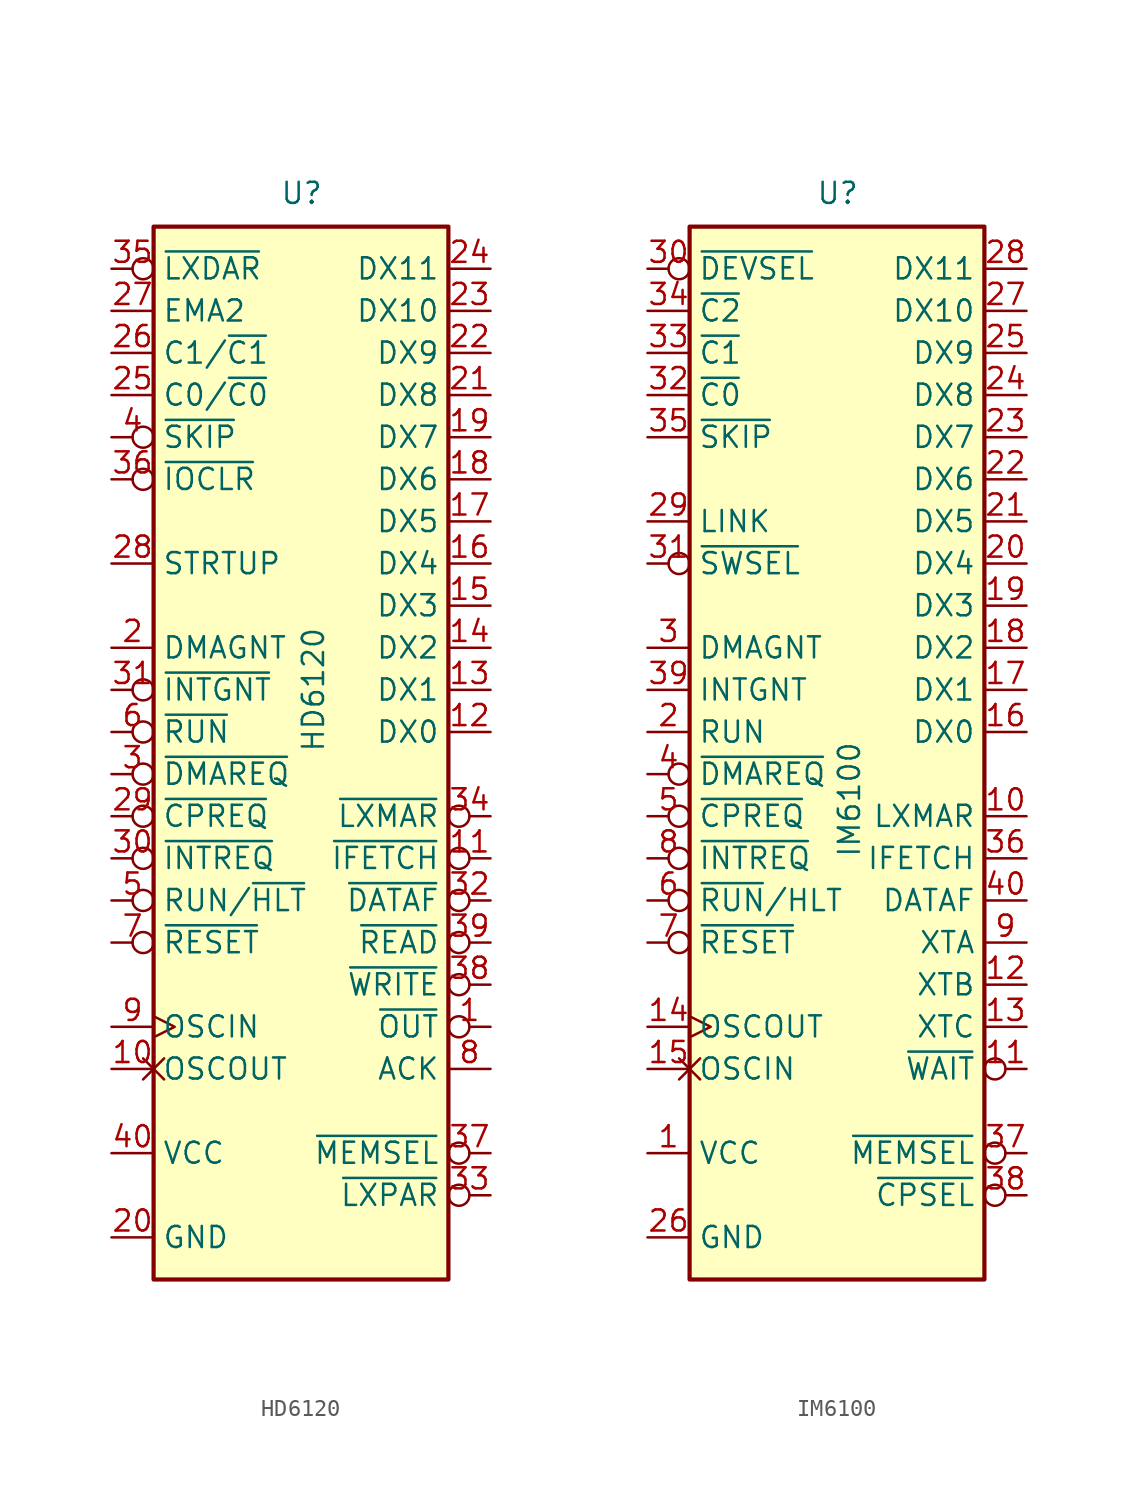
<source format=kicad_sym>
(kicad_symbol_lib
  (version 20220914)
  (generator kicad_symbol_editor)
  (symbol "HD6120"
    (property "Reference" "U"
      (at -1.27 31.75 0)
      (effects (font (size 1.27 1.27)) (justify left bottom)))
    (property "Value" "HD6120"
      (at 0 -1.27 90)
      (effects (font (size 1.27 1.27)) (justify left top)))
    (symbol "HD6120_0_1"
      (rectangle (start -8.89 -33.02) (end 8.89 30.48) (stroke (width 0.254) (type default)) (fill (type background))))
    (symbol "HD6120_1_1"
      (pin output inverted (at 11.43 -17.78 180) (length 2.54) (name "~{OUT}" (effects (font (size 1.27 1.27)))) (number "1" (effects (font (size 1.27 1.27)))))
      (pin output non_logic (at -11.43 -20.32 0) (length 2.54) (name "OSCOUT" (effects (font (size 1.27 1.27)))) (number "10" (effects (font (size 1.27 1.27)))))
      (pin output inverted (at 11.43 -7.62 180) (length 2.54) (name "~{IFETCH}" (effects (font (size 1.27 1.27)))) (number "11" (effects (font (size 1.27 1.27)))))
      (pin bidirectional line (at 11.43 0 180) (length 2.54) (name "DX0" (effects (font (size 1.27 1.27)))) (number "12" (effects (font (size 1.27 1.27)))))
      (pin bidirectional line (at 11.43 2.54 180) (length 2.54) (name "DX1" (effects (font (size 1.27 1.27)))) (number "13" (effects (font (size 1.27 1.27)))))
      (pin bidirectional line (at 11.43 5.08 180) (length 2.54) (name "DX2" (effects (font (size 1.27 1.27)))) (number "14" (effects (font (size 1.27 1.27)))))
      (pin bidirectional line (at 11.43 7.62 180) (length 2.54) (name "DX3" (effects (font (size 1.27 1.27)))) (number "15" (effects (font (size 1.27 1.27)))))
      (pin bidirectional line (at 11.43 10.16 180) (length 2.54) (name "DX4" (effects (font (size 1.27 1.27)))) (number "16" (effects (font (size 1.27 1.27)))))
      (pin bidirectional line (at 11.43 12.7 180) (length 2.54) (name "DX5" (effects (font (size 1.27 1.27)))) (number "17" (effects (font (size 1.27 1.27)))))
      (pin bidirectional line (at 11.43 15.24 180) (length 2.54) (name "DX6" (effects (font (size 1.27 1.27)))) (number "18" (effects (font (size 1.27 1.27)))))
      (pin bidirectional line (at 11.43 17.78 180) (length 2.54) (name "DX7" (effects (font (size 1.27 1.27)))) (number "19" (effects (font (size 1.27 1.27)))))
      (pin output line (at -11.43 5.08 0) (length 2.54) (name "DMAGNT" (effects (font (size 1.27 1.27)))) (number "2" (effects (font (size 1.27 1.27)))))
      (pin power_in line (at -11.43 -30.48 0) (length 2.54) (name "GND" (effects (font (size 1.27 1.27)))) (number "20" (effects (font (size 1.27 1.27)))))
      (pin bidirectional line (at 11.43 20.32 180) (length 2.54) (name "DX8" (effects (font (size 1.27 1.27)))) (number "21" (effects (font (size 1.27 1.27)))))
      (pin bidirectional line (at 11.43 22.86 180) (length 2.54) (name "DX9" (effects (font (size 1.27 1.27)))) (number "22" (effects (font (size 1.27 1.27)))))
      (pin bidirectional line (at 11.43 25.4 180) (length 2.54) (name "DX10" (effects (font (size 1.27 1.27)))) (number "23" (effects (font (size 1.27 1.27)))))
      (pin bidirectional line (at 11.43 27.94 180) (length 2.54) (name "DX11" (effects (font (size 1.27 1.27)))) (number "24" (effects (font (size 1.27 1.27)))))
      (pin bidirectional line (at -11.43 20.32 0) (length 2.54) (name "C0/~{C0}" (effects (font (size 1.27 1.27)))) (number "25" (effects (font (size 1.27 1.27)))))
      (pin bidirectional line (at -11.43 22.86 0) (length 2.54) (name "C1/~{C1}" (effects (font (size 1.27 1.27)))) (number "26" (effects (font (size 1.27 1.27)))))
      (pin output line (at -11.43 25.4 0) (length 2.54) (name "EMA2" (effects (font (size 1.27 1.27)))) (number "27" (effects (font (size 1.27 1.27)))))
      (pin input line (at -11.43 10.16 0) (length 2.54) (name "STRTUP" (effects (font (size 1.27 1.27)))) (number "28" (effects (font (size 1.27 1.27)))))
      (pin input inverted (at -11.43 -5.08 0) (length 2.54) (name "~{CPREQ}" (effects (font (size 1.27 1.27)))) (number "29" (effects (font (size 1.27 1.27)))))
      (pin input inverted (at -11.43 -2.54 0) (length 2.54) (name "~{DMAREQ}" (effects (font (size 1.27 1.27)))) (number "3" (effects (font (size 1.27 1.27)))))
      (pin input inverted (at -11.43 -7.62 0) (length 2.54) (name "~{INTREQ}" (effects (font (size 1.27 1.27)))) (number "30" (effects (font (size 1.27 1.27)))))
      (pin output inverted (at -11.43 2.54 0) (length 2.54) (name "~{INTGNT}" (effects (font (size 1.27 1.27)))) (number "31" (effects (font (size 1.27 1.27)))))
      (pin output inverted (at 11.43 -10.16 180) (length 2.54) (name "~{DATAF}" (effects (font (size 1.27 1.27)))) (number "32" (effects (font (size 1.27 1.27)))))
      (pin output inverted (at 11.43 -27.94 180) (length 2.54) (name "~{LXPAR}" (effects (font (size 1.27 1.27)))) (number "33" (effects (font (size 1.27 1.27)))))
      (pin output inverted (at 11.43 -5.08 180) (length 2.54) (name "~{LXMAR}" (effects (font (size 1.27 1.27)))) (number "34" (effects (font (size 1.27 1.27)))))
      (pin output inverted (at -11.43 27.94 0) (length 2.54) (name "~{LXDAR}" (effects (font (size 1.27 1.27)))) (number "35" (effects (font (size 1.27 1.27)))))
      (pin output inverted (at -11.43 15.24 0) (length 2.54) (name "~{IOCLR}" (effects (font (size 1.27 1.27)))) (number "36" (effects (font (size 1.27 1.27)))))
      (pin output inverted (at 11.43 -25.4 180) (length 2.54) (name "~{MEMSEL}" (effects (font (size 1.27 1.27)))) (number "37" (effects (font (size 1.27 1.27)))))
      (pin output inverted (at 11.43 -15.24 180) (length 2.54) (name "~{WRITE}" (effects (font (size 1.27 1.27)))) (number "38" (effects (font (size 1.27 1.27)))))
      (pin output inverted (at 11.43 -12.7 180) (length 2.54) (name "~{READ}" (effects (font (size 1.27 1.27)))) (number "39" (effects (font (size 1.27 1.27)))))
      (pin input inverted (at -11.43 17.78 0) (length 2.54) (name "~{SKIP}" (effects (font (size 1.27 1.27)))) (number "4" (effects (font (size 1.27 1.27)))))
      (pin power_in line (at -11.43 -25.4 0) (length 2.54) (name "VCC" (effects (font (size 1.27 1.27)))) (number "40" (effects (font (size 1.27 1.27)))))
      (pin input inverted (at -11.43 -10.16 0) (length 2.54) (name "RUN/~{HLT}" (effects (font (size 1.27 1.27)))) (number "5" (effects (font (size 1.27 1.27)))))
      (pin output inverted (at -11.43 0 0) (length 2.54) (name "~{RUN}" (effects (font (size 1.27 1.27)))) (number "6" (effects (font (size 1.27 1.27)))))
      (pin input inverted (at -11.43 -12.7 0) (length 2.54) (name "~{RESET}" (effects (font (size 1.27 1.27)))) (number "7" (effects (font (size 1.27 1.27)))))
      (pin input line (at 11.43 -20.32 180) (length 2.54) (name "ACK" (effects (font (size 1.27 1.27)))) (number "8" (effects (font (size 1.27 1.27)))))
      (pin input clock (at -11.43 -17.78 0) (length 2.54) (name "OSCIN" (effects (font (size 1.27 1.27)))) (number "9" (effects (font (size 1.27 1.27)))))))
  (symbol "IM6100"
    (property "Reference" "U"
      (at -1.27 31.75 0)
      (effects (font (size 1.27 1.27)) (justify left bottom)))
    (property "Value" "IM6100"
      (at 0 -7.62 90)
      (effects (font (size 1.27 1.27)) (justify left top)))
    (symbol "IM6100_0_1"
      (rectangle (start -8.89 30.48) (end 8.89 -33.02) (stroke (width 0.254) (type default)) (fill (type background))))
    (symbol "IM6100_1_1"
      (pin power_in line (at -11.43 -25.4 0) (length 2.54) (name "VCC" (effects (font (size 1.27 1.27)))) (number "1" (effects (font (size 1.27 1.27)))))
      (pin output line (at 11.43 -5.08 180) (length 2.54) (name "LXMAR" (effects (font (size 1.27 1.27)))) (number "10" (effects (font (size 1.27 1.27)))))
      (pin input inverted (at 11.43 -20.32 180) (length 2.54) (name "~{WAIT}" (effects (font (size 1.27 1.27)))) (number "11" (effects (font (size 1.27 1.27)))))
      (pin output line (at 11.43 -15.24 180) (length 2.54) (name "XTB" (effects (font (size 1.27 1.27)))) (number "12" (effects (font (size 1.27 1.27)))))
      (pin output line (at 11.43 -17.78 180) (length 2.54) (name "XTC" (effects (font (size 1.27 1.27)))) (number "13" (effects (font (size 1.27 1.27)))))
      (pin input clock (at -11.43 -17.78 0) (length 2.54) (name "OSCOUT" (effects (font (size 1.27 1.27)))) (number "14" (effects (font (size 1.27 1.27)))))
      (pin passive non_logic (at -11.43 -20.32 0) (length 2.54) (name "OSCIN" (effects (font (size 1.27 1.27)))) (number "15" (effects (font (size 1.27 1.27)))))
      (pin bidirectional line (at 11.43 0 180) (length 2.54) (name "DX0" (effects (font (size 1.27 1.27)))) (number "16" (effects (font (size 1.27 1.27)))))
      (pin bidirectional line (at 11.43 2.54 180) (length 2.54) (name "DX1" (effects (font (size 1.27 1.27)))) (number "17" (effects (font (size 1.27 1.27)))))
      (pin bidirectional line (at 11.43 5.08 180) (length 2.54) (name "DX2" (effects (font (size 1.27 1.27)))) (number "18" (effects (font (size 1.27 1.27)))))
      (pin bidirectional line (at 11.43 7.62 180) (length 2.54) (name "DX3" (effects (font (size 1.27 1.27)))) (number "19" (effects (font (size 1.27 1.27)))))
      (pin output line (at -11.43 0 0) (length 2.54) (name "RUN" (effects (font (size 1.27 1.27)))) (number "2" (effects (font (size 1.27 1.27)))))
      (pin bidirectional line (at 11.43 10.16 180) (length 2.54) (name "DX4" (effects (font (size 1.27 1.27)))) (number "20" (effects (font (size 1.27 1.27)))))
      (pin bidirectional line (at 11.43 12.7 180) (length 2.54) (name "DX5" (effects (font (size 1.27 1.27)))) (number "21" (effects (font (size 1.27 1.27)))))
      (pin bidirectional line (at 11.43 15.24 180) (length 2.54) (name "DX6" (effects (font (size 1.27 1.27)))) (number "22" (effects (font (size 1.27 1.27)))))
      (pin bidirectional line (at 11.43 17.78 180) (length 2.54) (name "DX7" (effects (font (size 1.27 1.27)))) (number "23" (effects (font (size 1.27 1.27)))))
      (pin bidirectional line (at 11.43 20.32 180) (length 2.54) (name "DX8" (effects (font (size 1.27 1.27)))) (number "24" (effects (font (size 1.27 1.27)))))
      (pin bidirectional line (at 11.43 22.86 180) (length 2.54) (name "DX9" (effects (font (size 1.27 1.27)))) (number "25" (effects (font (size 1.27 1.27)))))
      (pin power_in line (at -11.43 -30.48 0) (length 2.54) (name "GND" (effects (font (size 1.27 1.27)))) (number "26" (effects (font (size 1.27 1.27)))))
      (pin bidirectional line (at 11.43 25.4 180) (length 2.54) (name "DX10" (effects (font (size 1.27 1.27)))) (number "27" (effects (font (size 1.27 1.27)))))
      (pin bidirectional line (at 11.43 27.94 180) (length 2.54) (name "DX11" (effects (font (size 1.27 1.27)))) (number "28" (effects (font (size 1.27 1.27)))))
      (pin output line (at -11.43 12.7 0) (length 2.54) (name "LINK" (effects (font (size 1.27 1.27)))) (number "29" (effects (font (size 1.27 1.27)))))
      (pin output line (at -11.43 5.08 0) (length 2.54) (name "DMAGNT" (effects (font (size 1.27 1.27)))) (number "3" (effects (font (size 1.27 1.27)))))
      (pin output inverted (at -11.43 27.94 0) (length 2.54) (name "~{DEVSEL}" (effects (font (size 1.27 1.27)))) (number "30" (effects (font (size 1.27 1.27)))))
      (pin input inverted (at -11.43 10.16 0) (length 2.54) (name "~{SWSEL}" (effects (font (size 1.27 1.27)))) (number "31" (effects (font (size 1.27 1.27)))))
      (pin bidirectional line (at -11.43 20.32 0) (length 2.54) (name "~{C0}" (effects (font (size 1.27 1.27)))) (number "32" (effects (font (size 1.27 1.27)))))
      (pin bidirectional line (at -11.43 22.86 0) (length 2.54) (name "~{C1}" (effects (font (size 1.27 1.27)))) (number "33" (effects (font (size 1.27 1.27)))))
      (pin bidirectional line (at -11.43 25.4 0) (length 2.54) (name "~{C2}" (effects (font (size 1.27 1.27)))) (number "34" (effects (font (size 1.27 1.27)))))
      (pin bidirectional line (at -11.43 17.78 0) (length 2.54) (name "~{SKIP}" (effects (font (size 1.27 1.27)))) (number "35" (effects (font (size 1.27 1.27)))))
      (pin output line (at 11.43 -7.62 180) (length 2.54) (name "IFETCH" (effects (font (size 1.27 1.27)))) (number "36" (effects (font (size 1.27 1.27)))))
      (pin output inverted (at 11.43 -25.4 180) (length 2.54) (name "~{MEMSEL}" (effects (font (size 1.27 1.27)))) (number "37" (effects (font (size 1.27 1.27)))))
      (pin output inverted (at 11.43 -27.94 180) (length 2.54) (name "~{CPSEL}" (effects (font (size 1.27 1.27)))) (number "38" (effects (font (size 1.27 1.27)))))
      (pin output line (at -11.43 2.54 0) (length 2.54) (name "INTGNT" (effects (font (size 1.27 1.27)))) (number "39" (effects (font (size 1.27 1.27)))))
      (pin input inverted (at -11.43 -2.54 0) (length 2.54) (name "~{DMAREQ}" (effects (font (size 1.27 1.27)))) (number "4" (effects (font (size 1.27 1.27)))))
      (pin output line (at 11.43 -10.16 180) (length 2.54) (name "DATAF" (effects (font (size 1.27 1.27)))) (number "40" (effects (font (size 1.27 1.27)))))
      (pin input inverted (at -11.43 -5.08 0) (length 2.54) (name "~{CPREQ}" (effects (font (size 1.27 1.27)))) (number "5" (effects (font (size 1.27 1.27)))))
      (pin input inverted (at -11.43 -10.16 0) (length 2.54) (name "~{RUN}/HLT" (effects (font (size 1.27 1.27)))) (number "6" (effects (font (size 1.27 1.27)))))
      (pin input inverted (at -11.43 -12.7 0) (length 2.54) (name "~{RESET}" (effects (font (size 1.27 1.27)))) (number "7" (effects (font (size 1.27 1.27)))))
      (pin input inverted (at -11.43 -7.62 0) (length 2.54) (name "~{INTREQ}" (effects (font (size 1.27 1.27)))) (number "8" (effects (font (size 1.27 1.27)))))
      (pin output line (at 11.43 -12.7 180) (length 2.54) (name "XTA" (effects (font (size 1.27 1.27)))) (number "9" (effects (font (size 1.27 1.27))))))))
</source>
